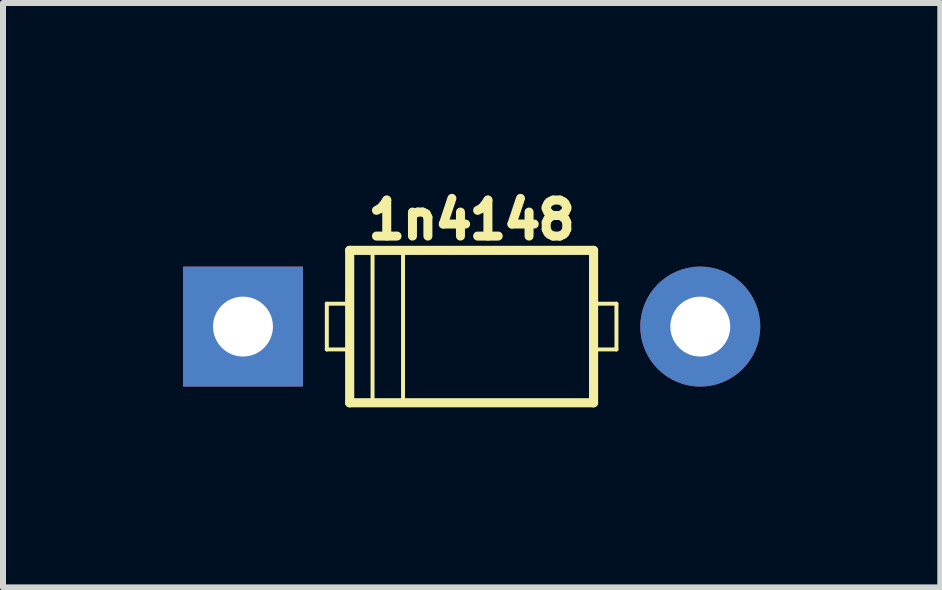
<source format=kicad_pcb>
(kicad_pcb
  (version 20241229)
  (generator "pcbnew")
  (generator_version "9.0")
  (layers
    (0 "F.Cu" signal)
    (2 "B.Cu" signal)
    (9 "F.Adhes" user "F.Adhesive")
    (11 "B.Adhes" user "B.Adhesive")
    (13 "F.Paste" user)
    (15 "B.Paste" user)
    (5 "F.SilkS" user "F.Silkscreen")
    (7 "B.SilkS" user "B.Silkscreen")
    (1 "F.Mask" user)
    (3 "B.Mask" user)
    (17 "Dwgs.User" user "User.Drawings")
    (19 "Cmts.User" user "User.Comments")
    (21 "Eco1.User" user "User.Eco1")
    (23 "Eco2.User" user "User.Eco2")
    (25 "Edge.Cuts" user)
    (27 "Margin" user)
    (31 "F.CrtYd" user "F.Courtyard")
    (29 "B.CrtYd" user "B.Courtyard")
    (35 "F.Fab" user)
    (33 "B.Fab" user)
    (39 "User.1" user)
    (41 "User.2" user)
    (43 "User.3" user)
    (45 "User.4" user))
  (footprint "1n4148"
    (layer "F.Cu")
    (at 4.809 2.392)
    (property "Reference" "1n4148" (at 0 -1.778 0) (layer "F.SilkS") (effects (font (size 0.6 0.6) (thickness 0.15))))
    (attr exclude_from_pos_files exclude_from_bom)
    (fp_line (start -2.413 -0.381) (end -2.032 -0.381) (stroke (width 0.066) (type solid)) (layer "F.SilkS"))
    (fp_line (start -2.413 0.381) (end -2.413 -0.381) (stroke (width 0.066) (type solid)) (layer "F.SilkS"))
    (fp_line (start -2.413 0.381) (end -2.032 0.381) (stroke (width 0.066) (type solid)) (layer "F.SilkS"))
    (fp_line (start -2.032 -1.27) (end -2.032 1.27) (stroke (width 0.152) (type solid)) (layer "F.SilkS"))
    (fp_line (start -2.032 -1.27) (end 2.032 -1.27) (stroke (width 0.152) (type solid)) (layer "F.SilkS"))
    (fp_line (start -2.032 0.381) (end -2.032 -0.381) (stroke (width 0.066) (type solid)) (layer "F.SilkS"))
    (fp_line (start -1.651 -1.27) (end -1.143 -1.27) (stroke (width 0.066) (type solid)) (layer "F.SilkS"))
    (fp_line (start -1.651 1.27) (end -1.651 -1.27) (stroke (width 0.066) (type solid)) (layer "F.SilkS"))
    (fp_line (start -1.651 1.27) (end -1.143 1.27) (stroke (width 0.066) (type solid)) (layer "F.SilkS"))
    (fp_line (start -1.143 1.27) (end -1.143 -1.27) (stroke (width 0.066) (type solid)) (layer "F.SilkS"))
    (fp_line (start 2.032 -0.381) (end 2.413 -0.381) (stroke (width 0.066) (type solid)) (layer "F.SilkS"))
    (fp_line (start 2.032 0.381) (end 2.032 -0.381) (stroke (width 0.066) (type solid)) (layer "F.SilkS"))
    (fp_line (start 2.032 0.381) (end 2.413 0.381) (stroke (width 0.066) (type solid)) (layer "F.SilkS"))
    (fp_line (start 2.032 1.27) (end -2.032 1.27) (stroke (width 0.152) (type solid)) (layer "F.SilkS"))
    (fp_line (start 2.032 1.27) (end 2.032 -1.27) (stroke (width 0.152) (type solid)) (layer "F.SilkS"))
    (fp_line (start 2.413 0.381) (end 2.413 -0.381) (stroke (width 0.066) (type solid)) (layer "F.SilkS"))
    (pad "A" thru_hole circle (at 3.81 0) (size 1.999 1.999) (drill 0.998) (layers "*.Cu" "*.Paste" "*.Mask"))
    (pad "C" thru_hole rect (at -3.81 0) (size 1.999 1.999) (drill 0.998) (layers "*.Cu" "*.Paste" "*.Mask")))
  (gr_rect
    (start -3 -3)
    (end 12.619 6.738)
    (stroke (width 0.1) (type default))
    (fill no)
    (layer "Edge.Cuts")))
</source>
